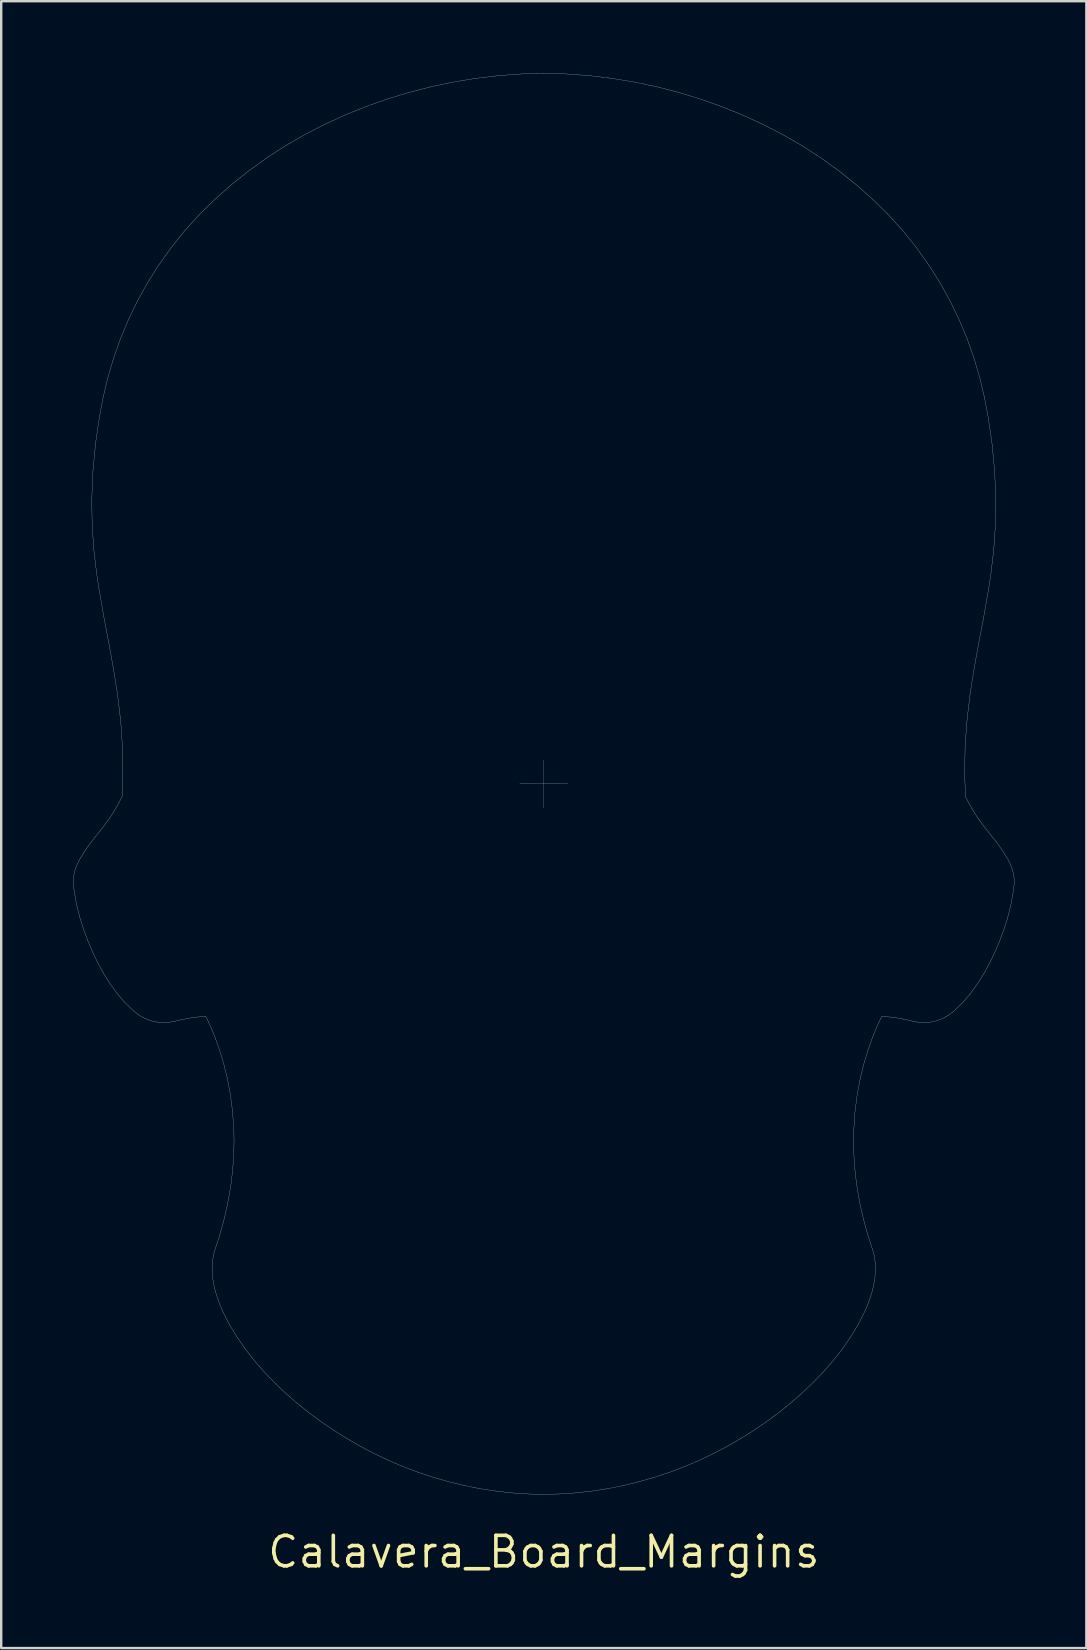
<source format=kicad_pcb>
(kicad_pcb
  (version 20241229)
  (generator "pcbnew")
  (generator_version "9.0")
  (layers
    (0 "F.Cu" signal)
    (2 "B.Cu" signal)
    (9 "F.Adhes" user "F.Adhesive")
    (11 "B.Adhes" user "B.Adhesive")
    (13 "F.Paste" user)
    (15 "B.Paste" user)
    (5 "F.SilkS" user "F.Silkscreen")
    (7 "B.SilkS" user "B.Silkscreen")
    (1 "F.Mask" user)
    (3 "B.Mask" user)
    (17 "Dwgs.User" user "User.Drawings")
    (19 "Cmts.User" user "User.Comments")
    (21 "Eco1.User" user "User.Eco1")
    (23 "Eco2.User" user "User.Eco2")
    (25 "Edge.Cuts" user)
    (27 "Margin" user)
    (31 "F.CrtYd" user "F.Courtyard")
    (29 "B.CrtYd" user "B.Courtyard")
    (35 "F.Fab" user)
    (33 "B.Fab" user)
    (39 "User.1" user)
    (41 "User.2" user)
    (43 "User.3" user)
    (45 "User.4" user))
  (footprint "Calavera_Board_Margins"
    (layer "F.Cu")
    (at 19.606 29.608)
    (property "Reference" "Calavera_Board_Margins" (at 0 32 0) (layer "F.SilkS") (effects (font (size 1.27 1.27) (thickness 0.15))))
    (attr exclude_from_pos_files exclude_from_bom)
    (fp_line (start -19.601 4.15) (end -19.592 3.877) (stroke (width 0.01) (type solid)) (layer "Edge.Cuts"))
    (fp_line (start -19.592 3.877) (end -19.537 3.613) (stroke (width 0.01) (type solid)) (layer "Edge.Cuts"))
    (fp_line (start -19.572 4.408) (end -19.601 4.15) (stroke (width 0.01) (type solid)) (layer "Edge.Cuts"))
    (fp_line (start -19.537 3.613) (end -19.45 3.374) (stroke (width 0.01) (type solid)) (layer "Edge.Cuts"))
    (fp_line (start -19.533 4.642) (end -19.572 4.408) (stroke (width 0.01) (type solid)) (layer "Edge.Cuts"))
    (fp_line (start -19.493 4.876) (end -19.533 4.642) (stroke (width 0.01) (type solid)) (layer "Edge.Cuts"))
    (fp_line (start -19.45 3.374) (end -19.343 3.156) (stroke (width 0.01) (type solid)) (layer "Edge.Cuts"))
    (fp_line (start -19.443 5.12) (end -19.493 4.876) (stroke (width 0.01) (type solid)) (layer "Edge.Cuts"))
    (fp_line (start -19.343 3.156) (end -19.102 2.765) (stroke (width 0.01) (type solid)) (layer "Edge.Cuts"))
    (fp_line (start -19.321 5.598) (end -19.443 5.12) (stroke (width 0.01) (type solid)) (layer "Edge.Cuts"))
    (fp_line (start -19.17 6.07) (end -19.321 5.598) (stroke (width 0.01) (type solid)) (layer "Edge.Cuts"))
    (fp_line (start -19.102 2.765) (end -18.846 2.41) (stroke (width 0.01) (type solid)) (layer "Edge.Cuts"))
    (fp_line (start -18.996 6.537) (end -19.17 6.07) (stroke (width 0.01) (type solid)) (layer "Edge.Cuts"))
    (fp_line (start -18.846 2.41) (end -18.339 1.771) (stroke (width 0.01) (type solid)) (layer "Edge.Cuts"))
    (fp_line (start -18.831 -11.899) (end -18.816 -12.269) (stroke (width 0.01) (type solid)) (layer "Edge.Cuts"))
    (fp_line (start -18.828 -11.534) (end -18.831 -11.899) (stroke (width 0.01) (type solid)) (layer "Edge.Cuts"))
    (fp_line (start -18.817 -10.814) (end -18.828 -11.534) (stroke (width 0.01) (type solid)) (layer "Edge.Cuts"))
    (fp_line (start -18.816 -12.269) (end -18.785 -13.019) (stroke (width 0.01) (type solid)) (layer "Edge.Cuts"))
    (fp_line (start -18.801 6.998) (end -18.996 6.537) (stroke (width 0.01) (type solid)) (layer "Edge.Cuts"))
    (fp_line (start -18.785 -13.019) (end -18.713 -13.785) (stroke (width 0.01) (type solid)) (layer "Edge.Cuts"))
    (fp_line (start -18.772 -10.113) (end -18.817 -10.814) (stroke (width 0.01) (type solid)) (layer "Edge.Cuts"))
    (fp_line (start -18.748 -9.769) (end -18.772 -10.113) (stroke (width 0.01) (type solid)) (layer "Edge.Cuts"))
    (fp_line (start -18.713 -13.785) (end -18.676 -14.173) (stroke (width 0.01) (type solid)) (layer "Edge.Cuts"))
    (fp_line (start -18.709 -9.432) (end -18.748 -9.769) (stroke (width 0.01) (type solid)) (layer "Edge.Cuts"))
    (fp_line (start -18.676 -14.173) (end -18.621 -14.558) (stroke (width 0.01) (type solid)) (layer "Edge.Cuts"))
    (fp_line (start -18.63 -8.77) (end -18.709 -9.432) (stroke (width 0.01) (type solid)) (layer "Edge.Cuts"))
    (fp_line (start -18.621 -14.558) (end -18.505 -15.335) (stroke (width 0.01) (type solid)) (layer "Edge.Cuts"))
    (fp_line (start -18.583 7.452) (end -18.801 6.998) (stroke (width 0.01) (type solid)) (layer "Edge.Cuts"))
    (fp_line (start -18.534 -8.13) (end -18.63 -8.77) (stroke (width 0.01) (type solid)) (layer "Edge.Cuts"))
    (fp_line (start -18.505 -15.335) (end -18.353 -16.133) (stroke (width 0.01) (type solid)) (layer "Edge.Cuts"))
    (fp_line (start -18.353 -16.133) (end -18.16 -16.934) (stroke (width 0.01) (type solid)) (layer "Edge.Cuts"))
    (fp_line (start -18.342 7.896) (end -18.583 7.452) (stroke (width 0.01) (type solid)) (layer "Edge.Cuts"))
    (fp_line (start -18.339 1.771) (end -18.115 1.466) (stroke (width 0.01) (type solid)) (layer "Edge.Cuts"))
    (fp_line (start -18.321 -6.912) (end -18.534 -8.13) (stroke (width 0.01) (type solid)) (layer "Edge.Cuts"))
    (fp_line (start -18.16 -16.934) (end -17.924 -17.734) (stroke (width 0.01) (type solid)) (layer "Edge.Cuts"))
    (fp_line (start -18.115 1.466) (end -17.915 1.16) (stroke (width 0.01) (type solid)) (layer "Edge.Cuts"))
    (fp_line (start -18.106 -5.778) (end -18.321 -6.912) (stroke (width 0.01) (type solid)) (layer "Edge.Cuts"))
    (fp_line (start -18.073 8.325) (end -18.342 7.896) (stroke (width 0.01) (type solid)) (layer "Edge.Cuts"))
    (fp_line (start -17.924 -17.734) (end -17.642 -18.532) (stroke (width 0.01) (type solid)) (layer "Edge.Cuts"))
    (fp_line (start -17.916 -4.723) (end -18.106 -5.778) (stroke (width 0.01) (type solid)) (layer "Edge.Cuts"))
    (fp_line (start -17.915 1.16) (end -17.731 0.843) (stroke (width 0.01) (type solid)) (layer "Edge.Cuts"))
    (fp_line (start -17.775 8.736) (end -18.073 8.325) (stroke (width 0.01) (type solid)) (layer "Edge.Cuts"))
    (fp_line (start -17.763 -3.748) (end -17.916 -4.723) (stroke (width 0.01) (type solid)) (layer "Edge.Cuts"))
    (fp_line (start -17.731 0.843) (end -17.57 0.533) (stroke (width 0.01) (type solid)) (layer "Edge.Cuts"))
    (fp_line (start -17.656 -2.855) (end -17.763 -3.748) (stroke (width 0.01) (type solid)) (layer "Edge.Cuts"))
    (fp_line (start -17.642 -18.532) (end -17.313 -19.323) (stroke (width 0.01) (type solid)) (layer "Edge.Cuts"))
    (fp_line (start -17.614 -2.442) (end -17.656 -2.855) (stroke (width 0.01) (type solid)) (layer "Edge.Cuts"))
    (fp_line (start -17.589 -2.05) (end -17.614 -2.442) (stroke (width 0.01) (type solid)) (layer "Edge.Cuts"))
    (fp_line (start -17.57 0.533) (end -17.542 -0.214) (stroke (width 0.01) (type solid)) (layer "Edge.Cuts"))
    (fp_line (start -17.565 -1.683) (end -17.589 -2.05) (stroke (width 0.01) (type solid)) (layer "Edge.Cuts"))
    (fp_line (start -17.553 -1.508) (end -17.565 -1.683) (stroke (width 0.01) (type solid)) (layer "Edge.Cuts"))
    (fp_line (start -17.55 -1.339) (end -17.553 -1.508) (stroke (width 0.01) (type solid)) (layer "Edge.Cuts"))
    (fp_line (start -17.542 -0.214) (end -17.535 -0.456) (stroke (width 0.01) (type solid)) (layer "Edge.Cuts"))
    (fp_line (start -17.539 -0.725) (end -17.55 -1.339) (stroke (width 0.01) (type solid)) (layer "Edge.Cuts"))
    (fp_line (start -17.535 -0.456) (end -17.539 -0.725) (stroke (width 0.01) (type solid)) (layer "Edge.Cuts"))
    (fp_line (start -17.444 9.123) (end -17.775 8.736) (stroke (width 0.01) (type solid)) (layer "Edge.Cuts"))
    (fp_line (start -17.313 -19.323) (end -16.936 -20.104) (stroke (width 0.01) (type solid)) (layer "Edge.Cuts"))
    (fp_line (start -17.072 9.478) (end -17.444 9.123) (stroke (width 0.01) (type solid)) (layer "Edge.Cuts"))
    (fp_line (start -16.936 -20.104) (end -16.512 -20.87) (stroke (width 0.01) (type solid)) (layer "Edge.Cuts"))
    (fp_line (start -16.858 9.64) (end -17.072 9.478) (stroke (width 0.01) (type solid)) (layer "Edge.Cuts"))
    (fp_line (start -16.62 9.773) (end -16.858 9.64) (stroke (width 0.01) (type solid)) (layer "Edge.Cuts"))
    (fp_line (start -16.512 -20.87) (end -16.04 -21.618) (stroke (width 0.01) (type solid)) (layer "Edge.Cuts"))
    (fp_line (start -16.365 9.872) (end -16.62 9.773) (stroke (width 0.01) (type solid)) (layer "Edge.Cuts"))
    (fp_line (start -16.099 9.93) (end -16.365 9.872) (stroke (width 0.01) (type solid)) (layer "Edge.Cuts"))
    (fp_line (start -16.04 -21.618) (end -15.523 -22.344) (stroke (width 0.01) (type solid)) (layer "Edge.Cuts"))
    (fp_line (start -15.831 9.947) (end -16.099 9.93) (stroke (width 0.01) (type solid)) (layer "Edge.Cuts"))
    (fp_line (start -15.571 9.927) (end -15.831 9.947) (stroke (width 0.01) (type solid)) (layer "Edge.Cuts"))
    (fp_line (start -15.523 -22.344) (end -14.961 -23.045) (stroke (width 0.01) (type solid)) (layer "Edge.Cuts"))
    (fp_line (start -15.325 9.881) (end -15.571 9.927) (stroke (width 0.01) (type solid)) (layer "Edge.Cuts"))
    (fp_line (start -15.104 9.827) (end -15.325 9.881) (stroke (width 0.01) (type solid)) (layer "Edge.Cuts"))
    (fp_line (start -14.961 -23.045) (end -14.354 -23.715) (stroke (width 0.01) (type solid)) (layer "Edge.Cuts"))
    (fp_line (start -14.591 9.73) (end -15.104 9.827) (stroke (width 0.01) (type solid)) (layer "Edge.Cuts"))
    (fp_line (start -14.354 -23.715) (end -13.704 -24.353) (stroke (width 0.01) (type solid)) (layer "Edge.Cuts"))
    (fp_line (start -14.085 9.686) (end -14.591 9.73) (stroke (width 0.01) (type solid)) (layer "Edge.Cuts"))
    (fp_line (start -13.971 9.917) (end -14.085 9.686) (stroke (width 0.01) (type solid)) (layer "Edge.Cuts"))
    (fp_line (start -13.826 10.241) (end -13.971 9.917) (stroke (width 0.01) (type solid)) (layer "Edge.Cuts"))
    (fp_line (start -13.819 20.264) (end -13.811 19.962) (stroke (width 0.01) (type solid)) (layer "Edge.Cuts"))
    (fp_line (start -13.811 19.962) (end -13.767 19.658) (stroke (width 0.01) (type solid)) (layer "Edge.Cuts"))
    (fp_line (start -13.797 20.565) (end -13.819 20.264) (stroke (width 0.01) (type solid)) (layer "Edge.Cuts"))
    (fp_line (start -13.767 19.658) (end -13.73 19.509) (stroke (width 0.01) (type solid)) (layer "Edge.Cuts"))
    (fp_line (start -13.749 20.862) (end -13.797 20.565) (stroke (width 0.01) (type solid)) (layer "Edge.Cuts"))
    (fp_line (start -13.73 19.509) (end -13.688 19.371) (stroke (width 0.01) (type solid)) (layer "Edge.Cuts"))
    (fp_line (start -13.704 -24.353) (end -13.02 -24.96) (stroke (width 0.01) (type solid)) (layer "Edge.Cuts"))
    (fp_line (start -13.688 19.371) (end -13.605 19.12) (stroke (width 0.01) (type solid)) (layer "Edge.Cuts"))
    (fp_line (start -13.679 21.154) (end -13.749 20.862) (stroke (width 0.01) (type solid)) (layer "Edge.Cuts"))
    (fp_line (start -13.669 10.637) (end -13.826 10.241) (stroke (width 0.01) (type solid)) (layer "Edge.Cuts"))
    (fp_line (start -13.605 19.12) (end -13.523 18.871) (stroke (width 0.01) (type solid)) (layer "Edge.Cuts"))
    (fp_line (start -13.59 21.44) (end -13.679 21.154) (stroke (width 0.01) (type solid)) (layer "Edge.Cuts"))
    (fp_line (start -13.523 18.871) (end -13.451 18.622) (stroke (width 0.01) (type solid)) (layer "Edge.Cuts"))
    (fp_line (start -13.505 11.105) (end -13.669 10.637) (stroke (width 0.01) (type solid)) (layer "Edge.Cuts"))
    (fp_line (start -13.486 21.722) (end -13.59 21.44) (stroke (width 0.01) (type solid)) (layer "Edge.Cuts"))
    (fp_line (start -13.451 18.622) (end -13.317 18.128) (stroke (width 0.01) (type solid)) (layer "Edge.Cuts"))
    (fp_line (start -13.368 21.998) (end -13.486 21.722) (stroke (width 0.01) (type solid)) (layer "Edge.Cuts"))
    (fp_line (start -13.341 11.642) (end -13.505 11.105) (stroke (width 0.01) (type solid)) (layer "Edge.Cuts"))
    (fp_line (start -13.317 18.128) (end -13.204 17.64) (stroke (width 0.01) (type solid)) (layer "Edge.Cuts"))
    (fp_line (start -13.204 17.64) (end -13.11 17.158) (stroke (width 0.01) (type solid)) (layer "Edge.Cuts"))
    (fp_line (start -13.19 12.25) (end -13.341 11.642) (stroke (width 0.01) (type solid)) (layer "Edge.Cuts"))
    (fp_line (start -13.11 17.158) (end -13.034 16.684) (stroke (width 0.01) (type solid)) (layer "Edge.Cuts"))
    (fp_line (start -13.095 22.534) (end -13.368 21.998) (stroke (width 0.01) (type solid)) (layer "Edge.Cuts"))
    (fp_line (start -13.061 12.925) (end -13.19 12.25) (stroke (width 0.01) (type solid)) (layer "Edge.Cuts"))
    (fp_line (start -13.034 16.684) (end -12.977 16.218) (stroke (width 0.01) (type solid)) (layer "Edge.Cuts"))
    (fp_line (start -13.02 -24.96) (end -12.302 -25.534) (stroke (width 0.01) (type solid)) (layer "Edge.Cuts"))
    (fp_line (start -12.977 16.218) (end -12.937 15.763) (stroke (width 0.01) (type solid)) (layer "Edge.Cuts"))
    (fp_line (start -12.965 13.665) (end -13.061 12.925) (stroke (width 0.01) (type solid)) (layer "Edge.Cuts"))
    (fp_line (start -12.937 15.763) (end -12.913 15.318) (stroke (width 0.01) (type solid)) (layer "Edge.Cuts"))
    (fp_line (start -12.913 15.318) (end -12.905 14.885) (stroke (width 0.01) (type solid)) (layer "Edge.Cuts"))
    (fp_line (start -12.912 14.464) (end -12.965 13.665) (stroke (width 0.01) (type solid)) (layer "Edge.Cuts"))
    (fp_line (start -12.905 14.885) (end -12.912 14.464) (stroke (width 0.01) (type solid)) (layer "Edge.Cuts"))
    (fp_line (start -12.779 23.051) (end -13.095 22.534) (stroke (width 0.01) (type solid)) (layer "Edge.Cuts"))
    (fp_line (start -12.432 23.552) (end -12.779 23.051) (stroke (width 0.01) (type solid)) (layer "Edge.Cuts"))
    (fp_line (start -12.302 -25.534) (end -11.553 -26.074) (stroke (width 0.01) (type solid)) (layer "Edge.Cuts"))
    (fp_line (start -12.054 24.035) (end -12.432 23.552) (stroke (width 0.01) (type solid)) (layer "Edge.Cuts"))
    (fp_line (start -11.648 24.501) (end -12.054 24.035) (stroke (width 0.01) (type solid)) (layer "Edge.Cuts"))
    (fp_line (start -11.553 -26.074) (end -10.775 -26.58) (stroke (width 0.01) (type solid)) (layer "Edge.Cuts"))
    (fp_line (start -11.217 24.95) (end -11.648 24.501) (stroke (width 0.01) (type solid)) (layer "Edge.Cuts"))
    (fp_line (start -10.775 -26.58) (end -9.968 -27.045) (stroke (width 0.01) (type solid)) (layer "Edge.Cuts"))
    (fp_line (start -10.762 25.382) (end -11.217 24.95) (stroke (width 0.01) (type solid)) (layer "Edge.Cuts"))
    (fp_line (start -10.285 25.798) (end -10.762 25.382) (stroke (width 0.01) (type solid)) (layer "Edge.Cuts"))
    (fp_line (start -9.968 -27.045) (end -9.138 -27.473) (stroke (width 0.01) (type solid)) (layer "Edge.Cuts"))
    (fp_line (start -9.79 26.196) (end -10.285 25.798) (stroke (width 0.01) (type solid)) (layer "Edge.Cuts"))
    (fp_line (start -9.276 26.576) (end -9.79 26.196) (stroke (width 0.01) (type solid)) (layer "Edge.Cuts"))
    (fp_line (start -9.138 -27.473) (end -8.286 -27.864) (stroke (width 0.01) (type solid)) (layer "Edge.Cuts"))
    (fp_line (start -8.745 26.938) (end -9.276 26.576) (stroke (width 0.01) (type solid)) (layer "Edge.Cuts"))
    (fp_line (start -8.286 -27.864) (end -7.415 -28.217) (stroke (width 0.01) (type solid)) (layer "Edge.Cuts"))
    (fp_line (start -8.196 27.282) (end -8.745 26.938) (stroke (width 0.01) (type solid)) (layer "Edge.Cuts"))
    (fp_line (start -7.632 27.606) (end -8.196 27.282) (stroke (width 0.01) (type solid)) (layer "Edge.Cuts"))
    (fp_line (start -7.415 -28.217) (end -6.526 -28.531) (stroke (width 0.01) (type solid)) (layer "Edge.Cuts"))
    (fp_line (start -7.054 27.909) (end -7.632 27.606) (stroke (width 0.01) (type solid)) (layer "Edge.Cuts"))
    (fp_line (start -6.526 -28.531) (end -5.623 -28.806) (stroke (width 0.01) (type solid)) (layer "Edge.Cuts"))
    (fp_line (start -6.461 28.191) (end -7.054 27.909) (stroke (width 0.01) (type solid)) (layer "Edge.Cuts"))
    (fp_line (start -5.855 28.449) (end -6.461 28.191) (stroke (width 0.01) (type solid)) (layer "Edge.Cuts"))
    (fp_line (start -5.623 -28.806) (end -4.707 -29.042) (stroke (width 0.01) (type solid)) (layer "Edge.Cuts"))
    (fp_line (start -5.236 28.682) (end -5.855 28.449) (stroke (width 0.01) (type solid)) (layer "Edge.Cuts"))
    (fp_line (start -4.707 -29.042) (end -3.78 -29.238) (stroke (width 0.01) (type solid)) (layer "Edge.Cuts"))
    (fp_line (start -4.607 28.891) (end -5.236 28.682) (stroke (width 0.01) (type solid)) (layer "Edge.Cuts"))
    (fp_line (start -3.968 29.075) (end -4.607 28.891) (stroke (width 0.01) (type solid)) (layer "Edge.Cuts"))
    (fp_line (start -3.78 -29.238) (end -2.844 -29.392) (stroke (width 0.01) (type solid)) (layer "Edge.Cuts"))
    (fp_line (start -3.32 29.233) (end -3.968 29.075) (stroke (width 0.01) (type solid)) (layer "Edge.Cuts"))
    (fp_line (start -2.844 -29.392) (end -1.9 -29.506) (stroke (width 0.01) (type solid)) (layer "Edge.Cuts"))
    (fp_line (start -2.666 29.364) (end -3.32 29.233) (stroke (width 0.01) (type solid)) (layer "Edge.Cuts"))
    (fp_line (start -2.004 29.466) (end -2.666 29.364) (stroke (width 0.01) (type solid)) (layer "Edge.Cuts"))
    (fp_line (start -1.9 -29.506) (end -0.952 -29.576) (stroke (width 0.01) (type solid)) (layer "Edge.Cuts"))
    (fp_line (start -1.339 29.54) (end -2.004 29.466) (stroke (width 0.01) (type solid)) (layer "Edge.Cuts"))
    (fp_line (start -0.952 -29.576) (end -0.000213 -29.603) (stroke (width 0.01) (type solid)) (layer "Edge.Cuts"))
    (fp_line (start -0.67 29.586) (end -1.339 29.54) (stroke (width 0.01) (type solid)) (layer "Edge.Cuts"))
    (fp_line (start -0.000213 -29.603) (end 0.000049 -29.603) (stroke (width 0.01) (type solid)) (layer "Edge.Cuts"))
    (fp_line (start 0.000049 -29.603) (end 0.000049 -29.603) (stroke (width 0.01) (type solid)) (layer "Edge.Cuts"))
    (fp_line (start 0.000049 -29.603) (end 0.952 -29.576) (stroke (width 0.01) (type solid)) (layer "Edge.Cuts"))
    (fp_line (start 0.004 29.603) (end -0.67 29.586) (stroke (width 0.01) (type solid)) (layer "Edge.Cuts"))
    (fp_line (start 0.669 29.586) (end 0.004 29.603) (stroke (width 0.01) (type solid)) (layer "Edge.Cuts"))
    (fp_line (start 0.952 -29.576) (end 1.9 -29.506) (stroke (width 0.01) (type solid)) (layer "Edge.Cuts"))
    (fp_line (start 1.339 29.54) (end 0.669 29.586) (stroke (width 0.01) (type solid)) (layer "Edge.Cuts"))
    (fp_line (start 1.9 -29.506) (end 2.844 -29.392) (stroke (width 0.01) (type solid)) (layer "Edge.Cuts"))
    (fp_line (start 2.004 29.466) (end 1.339 29.54) (stroke (width 0.01) (type solid)) (layer "Edge.Cuts"))
    (fp_line (start 2.665 29.364) (end 2.004 29.466) (stroke (width 0.01) (type solid)) (layer "Edge.Cuts"))
    (fp_line (start 2.844 -29.392) (end 3.78 -29.237) (stroke (width 0.01) (type solid)) (layer "Edge.Cuts"))
    (fp_line (start 3.32 29.233) (end 2.665 29.364) (stroke (width 0.01) (type solid)) (layer "Edge.Cuts"))
    (fp_line (start 3.78 -29.237) (end 4.707 -29.042) (stroke (width 0.01) (type solid)) (layer "Edge.Cuts"))
    (fp_line (start 3.968 29.075) (end 3.32 29.233) (stroke (width 0.01) (type solid)) (layer "Edge.Cuts"))
    (fp_line (start 4.606 28.891) (end 3.968 29.075) (stroke (width 0.01) (type solid)) (layer "Edge.Cuts"))
    (fp_line (start 4.707 -29.042) (end 5.623 -28.806) (stroke (width 0.01) (type solid)) (layer "Edge.Cuts"))
    (fp_line (start 5.236 28.682) (end 4.606 28.891) (stroke (width 0.01) (type solid)) (layer "Edge.Cuts"))
    (fp_line (start 5.623 -28.806) (end 6.526 -28.53) (stroke (width 0.01) (type solid)) (layer "Edge.Cuts"))
    (fp_line (start 5.855 28.449) (end 5.236 28.682) (stroke (width 0.01) (type solid)) (layer "Edge.Cuts"))
    (fp_line (start 6.461 28.191) (end 5.855 28.449) (stroke (width 0.01) (type solid)) (layer "Edge.Cuts"))
    (fp_line (start 6.526 -28.53) (end 7.414 -28.217) (stroke (width 0.01) (type solid)) (layer "Edge.Cuts"))
    (fp_line (start 7.054 27.909) (end 6.461 28.191) (stroke (width 0.01) (type solid)) (layer "Edge.Cuts"))
    (fp_line (start 7.414 -28.217) (end 8.285 -27.864) (stroke (width 0.01) (type solid)) (layer "Edge.Cuts"))
    (fp_line (start 7.632 27.606) (end 7.054 27.909) (stroke (width 0.01) (type solid)) (layer "Edge.Cuts"))
    (fp_line (start 8.196 27.282) (end 7.632 27.606) (stroke (width 0.01) (type solid)) (layer "Edge.Cuts"))
    (fp_line (start 8.285 -27.864) (end 9.137 -27.473) (stroke (width 0.01) (type solid)) (layer "Edge.Cuts"))
    (fp_line (start 8.744 26.938) (end 8.196 27.282) (stroke (width 0.01) (type solid)) (layer "Edge.Cuts"))
    (fp_line (start 9.137 -27.473) (end 9.968 -27.045) (stroke (width 0.01) (type solid)) (layer "Edge.Cuts"))
    (fp_line (start 9.276 26.576) (end 8.744 26.938) (stroke (width 0.01) (type solid)) (layer "Edge.Cuts"))
    (fp_line (start 9.79 26.196) (end 9.276 26.576) (stroke (width 0.01) (type solid)) (layer "Edge.Cuts"))
    (fp_line (start 9.968 -27.045) (end 10.774 -26.58) (stroke (width 0.01) (type solid)) (layer "Edge.Cuts"))
    (fp_line (start 10.285 25.798) (end 9.79 26.196) (stroke (width 0.01) (type solid)) (layer "Edge.Cuts"))
    (fp_line (start 10.761 25.382) (end 10.285 25.798) (stroke (width 0.01) (type solid)) (layer "Edge.Cuts"))
    (fp_line (start 10.774 -26.58) (end 11.552 -26.074) (stroke (width 0.01) (type solid)) (layer "Edge.Cuts"))
    (fp_line (start 11.216 24.95) (end 10.761 25.382) (stroke (width 0.01) (type solid)) (layer "Edge.Cuts"))
    (fp_line (start 11.552 -26.074) (end 12.302 -25.534) (stroke (width 0.01) (type solid)) (layer "Edge.Cuts"))
    (fp_line (start 11.648 24.501) (end 11.216 24.95) (stroke (width 0.01) (type solid)) (layer "Edge.Cuts"))
    (fp_line (start 12.054 24.035) (end 11.648 24.501) (stroke (width 0.01) (type solid)) (layer "Edge.Cuts"))
    (fp_line (start 12.302 -25.534) (end 13.02 -24.96) (stroke (width 0.01) (type solid)) (layer "Edge.Cuts"))
    (fp_line (start 12.431 23.552) (end 12.054 24.035) (stroke (width 0.01) (type solid)) (layer "Edge.Cuts"))
    (fp_line (start 12.779 23.051) (end 12.431 23.552) (stroke (width 0.01) (type solid)) (layer "Edge.Cuts"))
    (fp_line (start 12.905 14.885) (end 12.913 15.318) (stroke (width 0.01) (type solid)) (layer "Edge.Cuts"))
    (fp_line (start 12.912 14.464) (end 12.905 14.885) (stroke (width 0.01) (type solid)) (layer "Edge.Cuts"))
    (fp_line (start 12.913 15.318) (end 12.937 15.763) (stroke (width 0.01) (type solid)) (layer "Edge.Cuts"))
    (fp_line (start 12.937 15.763) (end 12.977 16.219) (stroke (width 0.01) (type solid)) (layer "Edge.Cuts"))
    (fp_line (start 12.965 13.665) (end 12.912 14.464) (stroke (width 0.01) (type solid)) (layer "Edge.Cuts"))
    (fp_line (start 12.977 16.219) (end 13.034 16.684) (stroke (width 0.01) (type solid)) (layer "Edge.Cuts"))
    (fp_line (start 13.02 -24.96) (end 13.704 -24.352) (stroke (width 0.01) (type solid)) (layer "Edge.Cuts"))
    (fp_line (start 13.034 16.684) (end 13.11 17.158) (stroke (width 0.01) (type solid)) (layer "Edge.Cuts"))
    (fp_line (start 13.061 12.926) (end 12.965 13.665) (stroke (width 0.01) (type solid)) (layer "Edge.Cuts"))
    (fp_line (start 13.094 22.534) (end 12.779 23.051) (stroke (width 0.01) (type solid)) (layer "Edge.Cuts"))
    (fp_line (start 13.11 17.158) (end 13.203 17.64) (stroke (width 0.01) (type solid)) (layer "Edge.Cuts"))
    (fp_line (start 13.19 12.25) (end 13.061 12.926) (stroke (width 0.01) (type solid)) (layer "Edge.Cuts"))
    (fp_line (start 13.203 17.64) (end 13.317 18.129) (stroke (width 0.01) (type solid)) (layer "Edge.Cuts"))
    (fp_line (start 13.317 18.129) (end 13.45 18.62) (stroke (width 0.01) (type solid)) (layer "Edge.Cuts"))
    (fp_line (start 13.341 11.643) (end 13.19 12.25) (stroke (width 0.01) (type solid)) (layer "Edge.Cuts"))
    (fp_line (start 13.368 21.998) (end 13.094 22.534) (stroke (width 0.01) (type solid)) (layer "Edge.Cuts"))
    (fp_line (start 13.45 18.62) (end 13.522 18.868) (stroke (width 0.01) (type solid)) (layer "Edge.Cuts"))
    (fp_line (start 13.486 21.722) (end 13.368 21.998) (stroke (width 0.01) (type solid)) (layer "Edge.Cuts"))
    (fp_line (start 13.505 11.105) (end 13.341 11.643) (stroke (width 0.01) (type solid)) (layer "Edge.Cuts"))
    (fp_line (start 13.522 18.868) (end 13.605 19.12) (stroke (width 0.01) (type solid)) (layer "Edge.Cuts"))
    (fp_line (start 13.59 21.441) (end 13.486 21.722) (stroke (width 0.01) (type solid)) (layer "Edge.Cuts"))
    (fp_line (start 13.605 19.12) (end 13.689 19.375) (stroke (width 0.01) (type solid)) (layer "Edge.Cuts"))
    (fp_line (start 13.669 10.637) (end 13.505 11.105) (stroke (width 0.01) (type solid)) (layer "Edge.Cuts"))
    (fp_line (start 13.679 21.154) (end 13.59 21.441) (stroke (width 0.01) (type solid)) (layer "Edge.Cuts"))
    (fp_line (start 13.689 19.375) (end 13.732 19.514) (stroke (width 0.01) (type solid)) (layer "Edge.Cuts"))
    (fp_line (start 13.704 -24.352) (end 14.354 -23.715) (stroke (width 0.01) (type solid)) (layer "Edge.Cuts"))
    (fp_line (start 13.732 19.514) (end 13.767 19.661) (stroke (width 0.01) (type solid)) (layer "Edge.Cuts"))
    (fp_line (start 13.749 20.862) (end 13.679 21.154) (stroke (width 0.01) (type solid)) (layer "Edge.Cuts"))
    (fp_line (start 13.767 19.661) (end 13.81 19.962) (stroke (width 0.01) (type solid)) (layer "Edge.Cuts"))
    (fp_line (start 13.797 20.565) (end 13.749 20.862) (stroke (width 0.01) (type solid)) (layer "Edge.Cuts"))
    (fp_line (start 13.81 19.962) (end 13.819 20.264) (stroke (width 0.01) (type solid)) (layer "Edge.Cuts"))
    (fp_line (start 13.819 20.264) (end 13.797 20.565) (stroke (width 0.01) (type solid)) (layer "Edge.Cuts"))
    (fp_line (start 13.826 10.241) (end 13.669 10.637) (stroke (width 0.01) (type solid)) (layer "Edge.Cuts"))
    (fp_line (start 13.971 9.917) (end 13.826 10.241) (stroke (width 0.01) (type solid)) (layer "Edge.Cuts"))
    (fp_line (start 14.085 9.686) (end 13.971 9.917) (stroke (width 0.01) (type solid)) (layer "Edge.Cuts"))
    (fp_line (start 14.354 -23.715) (end 14.961 -23.044) (stroke (width 0.01) (type solid)) (layer "Edge.Cuts"))
    (fp_line (start 14.591 9.73) (end 14.085 9.686) (stroke (width 0.01) (type solid)) (layer "Edge.Cuts"))
    (fp_line (start 14.961 -23.044) (end 15.523 -22.344) (stroke (width 0.01) (type solid)) (layer "Edge.Cuts"))
    (fp_line (start 15.104 9.827) (end 14.591 9.73) (stroke (width 0.01) (type solid)) (layer "Edge.Cuts"))
    (fp_line (start 15.325 9.881) (end 15.104 9.827) (stroke (width 0.01) (type solid)) (layer "Edge.Cuts"))
    (fp_line (start 15.523 -22.344) (end 16.04 -21.618) (stroke (width 0.01) (type solid)) (layer "Edge.Cuts"))
    (fp_line (start 15.571 9.927) (end 15.325 9.881) (stroke (width 0.01) (type solid)) (layer "Edge.Cuts"))
    (fp_line (start 15.831 9.947) (end 15.571 9.927) (stroke (width 0.01) (type solid)) (layer "Edge.Cuts"))
    (fp_line (start 16.04 -21.618) (end 16.512 -20.87) (stroke (width 0.01) (type solid)) (layer "Edge.Cuts"))
    (fp_line (start 16.099 9.93) (end 15.831 9.947) (stroke (width 0.01) (type solid)) (layer "Edge.Cuts"))
    (fp_line (start 16.365 9.872) (end 16.099 9.93) (stroke (width 0.01) (type solid)) (layer "Edge.Cuts"))
    (fp_line (start 16.512 -20.87) (end 16.936 -20.103) (stroke (width 0.01) (type solid)) (layer "Edge.Cuts"))
    (fp_line (start 16.62 9.773) (end 16.365 9.872) (stroke (width 0.01) (type solid)) (layer "Edge.Cuts"))
    (fp_line (start 16.858 9.64) (end 16.62 9.773) (stroke (width 0.01) (type solid)) (layer "Edge.Cuts"))
    (fp_line (start 16.936 -20.103) (end 17.313 -19.323) (stroke (width 0.01) (type solid)) (layer "Edge.Cuts"))
    (fp_line (start 17.072 9.479) (end 16.858 9.64) (stroke (width 0.01) (type solid)) (layer "Edge.Cuts"))
    (fp_line (start 17.313 -19.323) (end 17.642 -18.532) (stroke (width 0.01) (type solid)) (layer "Edge.Cuts"))
    (fp_line (start 17.444 9.123) (end 17.072 9.479) (stroke (width 0.01) (type solid)) (layer "Edge.Cuts"))
    (fp_line (start 17.535 -0.458) (end 17.542 -0.215) (stroke (width 0.01) (type solid)) (layer "Edge.Cuts"))
    (fp_line (start 17.539 -0.726) (end 17.535 -0.458) (stroke (width 0.01) (type solid)) (layer "Edge.Cuts"))
    (fp_line (start 17.542 -0.215) (end 17.57 0.533) (stroke (width 0.01) (type solid)) (layer "Edge.Cuts"))
    (fp_line (start 17.55 -1.339) (end 17.539 -0.726) (stroke (width 0.01) (type solid)) (layer "Edge.Cuts"))
    (fp_line (start 17.553 -1.508) (end 17.55 -1.339) (stroke (width 0.01) (type solid)) (layer "Edge.Cuts"))
    (fp_line (start 17.565 -1.683) (end 17.553 -1.508) (stroke (width 0.01) (type solid)) (layer "Edge.Cuts"))
    (fp_line (start 17.57 0.533) (end 17.731 0.844) (stroke (width 0.01) (type solid)) (layer "Edge.Cuts"))
    (fp_line (start 17.589 -2.05) (end 17.565 -1.683) (stroke (width 0.01) (type solid)) (layer "Edge.Cuts"))
    (fp_line (start 17.614 -2.442) (end 17.589 -2.05) (stroke (width 0.01) (type solid)) (layer "Edge.Cuts"))
    (fp_line (start 17.642 -18.532) (end 17.924 -17.734) (stroke (width 0.01) (type solid)) (layer "Edge.Cuts"))
    (fp_line (start 17.656 -2.855) (end 17.614 -2.442) (stroke (width 0.01) (type solid)) (layer "Edge.Cuts"))
    (fp_line (start 17.731 0.844) (end 17.915 1.16) (stroke (width 0.01) (type solid)) (layer "Edge.Cuts"))
    (fp_line (start 17.763 -3.748) (end 17.656 -2.855) (stroke (width 0.01) (type solid)) (layer "Edge.Cuts"))
    (fp_line (start 17.775 8.736) (end 17.444 9.123) (stroke (width 0.01) (type solid)) (layer "Edge.Cuts"))
    (fp_line (start 17.915 1.16) (end 18.115 1.466) (stroke (width 0.01) (type solid)) (layer "Edge.Cuts"))
    (fp_line (start 17.915 -4.723) (end 17.763 -3.748) (stroke (width 0.01) (type solid)) (layer "Edge.Cuts"))
    (fp_line (start 17.924 -17.734) (end 18.16 -16.931) (stroke (width 0.01) (type solid)) (layer "Edge.Cuts"))
    (fp_line (start 18.072 8.325) (end 17.775 8.736) (stroke (width 0.01) (type solid)) (layer "Edge.Cuts"))
    (fp_line (start 18.105 -5.778) (end 17.915 -4.723) (stroke (width 0.01) (type solid)) (layer "Edge.Cuts"))
    (fp_line (start 18.115 1.466) (end 18.339 1.771) (stroke (width 0.01) (type solid)) (layer "Edge.Cuts"))
    (fp_line (start 18.16 -16.931) (end 18.353 -16.131) (stroke (width 0.01) (type solid)) (layer "Edge.Cuts"))
    (fp_line (start 18.321 -6.912) (end 18.105 -5.778) (stroke (width 0.01) (type solid)) (layer "Edge.Cuts"))
    (fp_line (start 18.339 1.771) (end 18.846 2.41) (stroke (width 0.01) (type solid)) (layer "Edge.Cuts"))
    (fp_line (start 18.342 7.896) (end 18.072 8.325) (stroke (width 0.01) (type solid)) (layer "Edge.Cuts"))
    (fp_line (start 18.353 -16.131) (end 18.504 -15.339) (stroke (width 0.01) (type solid)) (layer "Edge.Cuts"))
    (fp_line (start 18.504 -15.339) (end 18.621 -14.555) (stroke (width 0.01) (type solid)) (layer "Edge.Cuts"))
    (fp_line (start 18.534 -8.13) (end 18.321 -6.912) (stroke (width 0.01) (type solid)) (layer "Edge.Cuts"))
    (fp_line (start 18.583 7.452) (end 18.342 7.896) (stroke (width 0.01) (type solid)) (layer "Edge.Cuts"))
    (fp_line (start 18.621 -14.555) (end 18.676 -14.167) (stroke (width 0.01) (type solid)) (layer "Edge.Cuts"))
    (fp_line (start 18.63 -8.77) (end 18.534 -8.13) (stroke (width 0.01) (type solid)) (layer "Edge.Cuts"))
    (fp_line (start 18.676 -14.167) (end 18.713 -13.781) (stroke (width 0.01) (type solid)) (layer "Edge.Cuts"))
    (fp_line (start 18.709 -9.432) (end 18.63 -8.77) (stroke (width 0.01) (type solid)) (layer "Edge.Cuts"))
    (fp_line (start 18.713 -13.781) (end 18.785 -13.019) (stroke (width 0.01) (type solid)) (layer "Edge.Cuts"))
    (fp_line (start 18.748 -9.769) (end 18.709 -9.432) (stroke (width 0.01) (type solid)) (layer "Edge.Cuts"))
    (fp_line (start 18.772 -10.113) (end 18.748 -9.769) (stroke (width 0.01) (type solid)) (layer "Edge.Cuts"))
    (fp_line (start 18.785 -13.019) (end 18.816 -12.269) (stroke (width 0.01) (type solid)) (layer "Edge.Cuts"))
    (fp_line (start 18.8 6.998) (end 18.583 7.452) (stroke (width 0.01) (type solid)) (layer "Edge.Cuts"))
    (fp_line (start 18.816 -12.269) (end 18.83 -11.899) (stroke (width 0.01) (type solid)) (layer "Edge.Cuts"))
    (fp_line (start 18.817 -10.814) (end 18.772 -10.113) (stroke (width 0.01) (type solid)) (layer "Edge.Cuts"))
    (fp_line (start 18.827 -11.533) (end 18.817 -10.814) (stroke (width 0.01) (type solid)) (layer "Edge.Cuts"))
    (fp_line (start 18.83 -11.899) (end 18.827 -11.533) (stroke (width 0.01) (type solid)) (layer "Edge.Cuts"))
    (fp_line (start 18.846 2.41) (end 19.102 2.765) (stroke (width 0.01) (type solid)) (layer "Edge.Cuts"))
    (fp_line (start 18.996 6.537) (end 18.8 6.998) (stroke (width 0.01) (type solid)) (layer "Edge.Cuts"))
    (fp_line (start 19.102 2.765) (end 19.343 3.156) (stroke (width 0.01) (type solid)) (layer "Edge.Cuts"))
    (fp_line (start 19.17 6.07) (end 18.996 6.537) (stroke (width 0.01) (type solid)) (layer "Edge.Cuts"))
    (fp_line (start 19.321 5.598) (end 19.17 6.07) (stroke (width 0.01) (type solid)) (layer "Edge.Cuts"))
    (fp_line (start 19.343 3.156) (end 19.45 3.374) (stroke (width 0.01) (type solid)) (layer "Edge.Cuts"))
    (fp_line (start 19.443 5.12) (end 19.321 5.598) (stroke (width 0.01) (type solid)) (layer "Edge.Cuts"))
    (fp_line (start 19.45 3.374) (end 19.537 3.613) (stroke (width 0.01) (type solid)) (layer "Edge.Cuts"))
    (fp_line (start 19.493 4.876) (end 19.443 5.12) (stroke (width 0.01) (type solid)) (layer "Edge.Cuts"))
    (fp_line (start 19.533 4.642) (end 19.493 4.876) (stroke (width 0.01) (type solid)) (layer "Edge.Cuts"))
    (fp_line (start 19.537 3.613) (end 19.592 3.877) (stroke (width 0.01) (type solid)) (layer "Edge.Cuts"))
    (fp_line (start 19.572 4.408) (end 19.533 4.642) (stroke (width 0.01) (type solid)) (layer "Edge.Cuts"))
    (fp_line (start 19.592 3.877) (end 19.601 4.151) (stroke (width 0.01) (type solid)) (layer "Edge.Cuts"))
    (fp_line (start 19.601 4.151) (end 19.572 4.408) (stroke (width 0.01) (type solid)) (layer "Edge.Cuts"))
    (fp_line (start 0 -1) (end 0 1) (stroke (width 0.01) (type solid)) (layer "F.Fab"))
    (fp_line (start 1 0) (end -1 0) (stroke (width 0.01) (type solid)) (layer "F.Fab")))
  (gr_rect
    (start -3 -3)
    (end 42.211 65.614)
    (stroke (width 0.1) (type default))
    (fill no)
    (layer "Edge.Cuts")))
</source>
